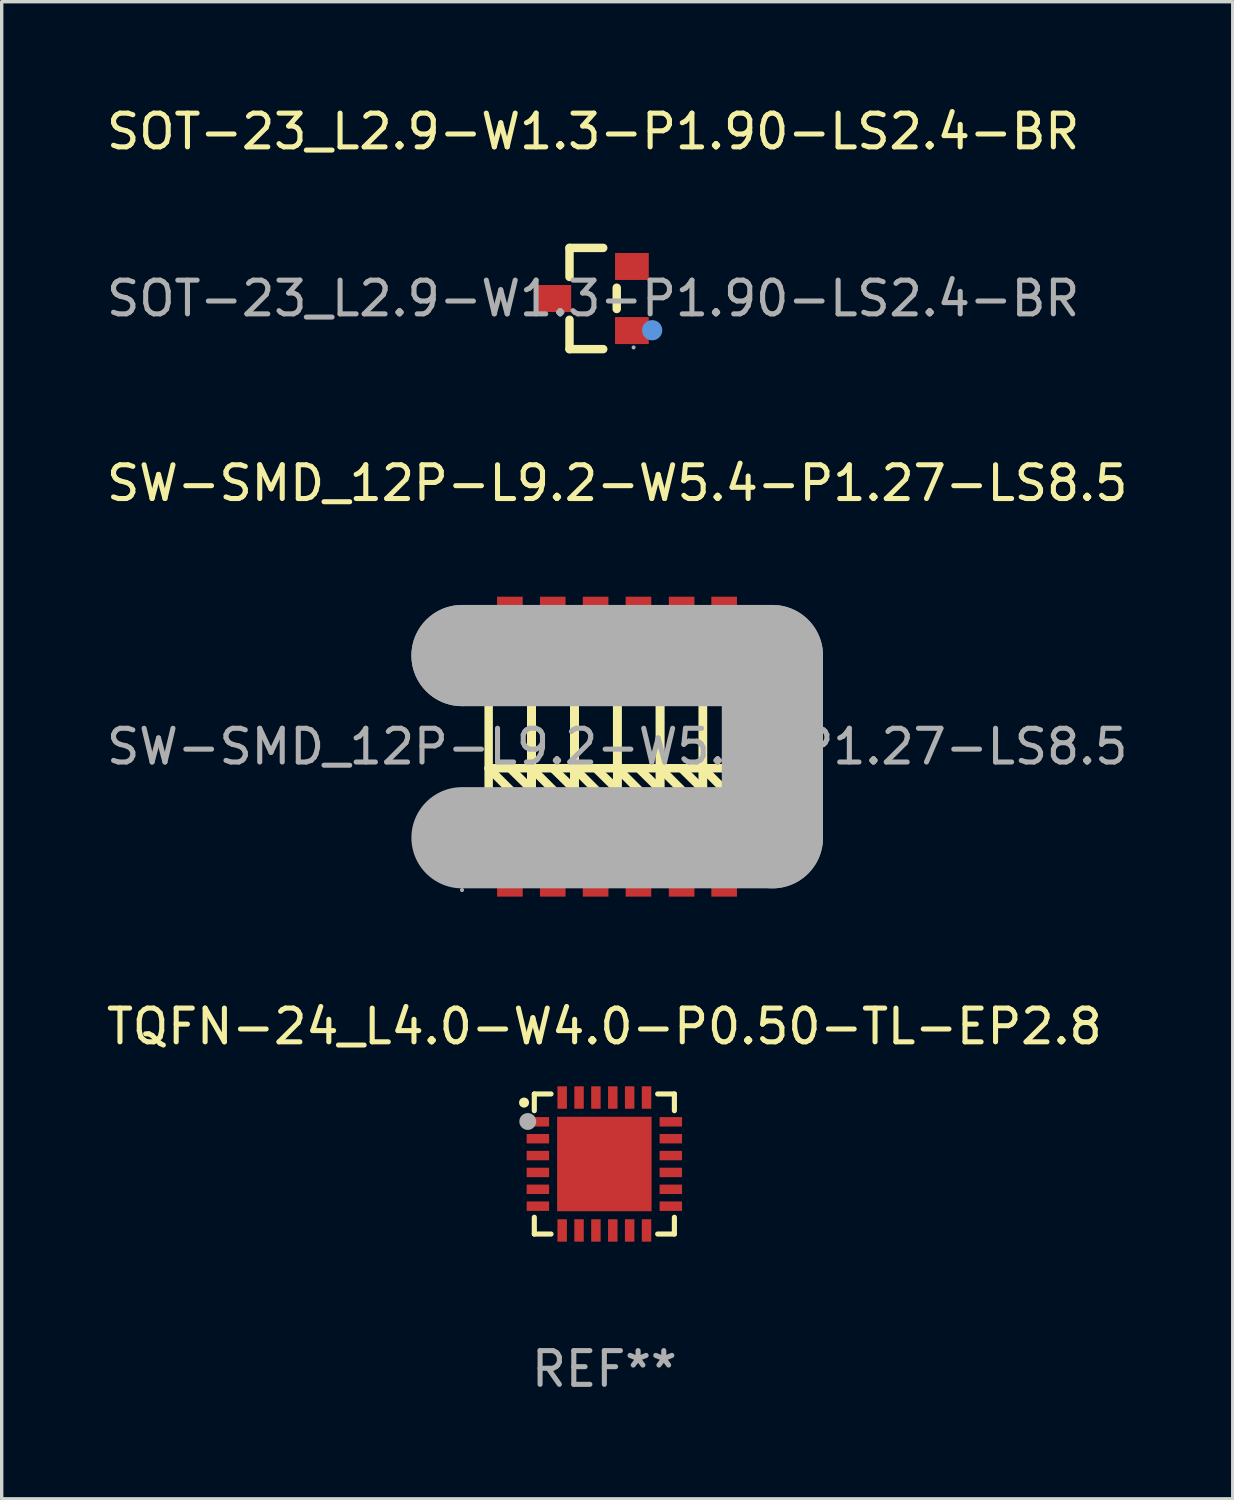
<source format=kicad_pcb>
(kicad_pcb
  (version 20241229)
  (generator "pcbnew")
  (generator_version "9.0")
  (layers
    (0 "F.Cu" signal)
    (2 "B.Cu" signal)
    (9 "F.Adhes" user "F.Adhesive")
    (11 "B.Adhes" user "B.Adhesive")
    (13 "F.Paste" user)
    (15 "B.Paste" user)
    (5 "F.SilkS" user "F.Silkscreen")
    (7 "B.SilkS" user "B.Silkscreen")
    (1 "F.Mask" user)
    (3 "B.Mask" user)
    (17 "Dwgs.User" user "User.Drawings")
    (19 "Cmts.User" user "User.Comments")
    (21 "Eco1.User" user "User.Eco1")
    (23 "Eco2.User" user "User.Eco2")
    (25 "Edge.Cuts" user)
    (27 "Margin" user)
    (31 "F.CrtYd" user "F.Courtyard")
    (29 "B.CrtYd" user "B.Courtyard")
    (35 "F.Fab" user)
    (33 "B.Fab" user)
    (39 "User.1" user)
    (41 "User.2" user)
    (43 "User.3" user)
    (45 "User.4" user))
  (footprint "SW-SMD_12P-L9.2-W5.4-P1.27-LS8.5"
    (layer "F.Cu")
    (at 15.244 19.081)
    (property "Reference" "SW-SMD_12P-L9.2-W5.4-P1.27-LS8.5" (at 0 -7.81 0) (layer "F.SilkS") (effects (font (size 1 1) (thickness 0.15))))
    (attr smd)
    (fp_line (start -3.81 -2.54) (end -3.81 2.54) (stroke (width 0.25) (type solid)) (layer "F.SilkS"))
    (fp_line (start -3.81 0.64) (end -2.54 1.91) (stroke (width 0.25) (type solid)) (layer "F.SilkS"))
    (fp_line (start -3.81 1.27) (end -3.18 1.91) (stroke (width 0.25) (type solid)) (layer "F.SilkS"))
    (fp_line (start -3.81 1.91) (end -2.54 1.91) (stroke (width 0.25) (type solid)) (layer "F.SilkS"))
    (fp_line (start -3.81 2.54) (end -2.54 2.54) (stroke (width 0.25) (type solid)) (layer "F.SilkS"))
    (fp_line (start -3.18 0.64) (end -2.54 1.27) (stroke (width 0.25) (type solid)) (layer "F.SilkS"))
    (fp_line (start -2.54 -2.54) (end -3.81 -2.54) (stroke (width 0.25) (type solid)) (layer "F.SilkS"))
    (fp_line (start -2.54 -2.54) (end -2.54 2.54) (stroke (width 0.25) (type solid)) (layer "F.SilkS"))
    (fp_line (start -2.54 -2.54) (end -2.54 2.54) (stroke (width 0.25) (type solid)) (layer "F.SilkS"))
    (fp_line (start -2.54 -2.54) (end -1.27 -2.54) (stroke (width 0.25) (type solid)) (layer "F.SilkS"))
    (fp_line (start -2.54 0.64) (end -3.81 0.64) (stroke (width 0.25) (type solid)) (layer "F.SilkS"))
    (fp_line (start -2.54 0.64) (end -1.27 1.91) (stroke (width 0.25) (type solid)) (layer "F.SilkS"))
    (fp_line (start -2.54 1.27) (end -1.91 1.91) (stroke (width 0.25) (type solid)) (layer "F.SilkS"))
    (fp_line (start -2.54 1.91) (end -1.27 1.91) (stroke (width 0.25) (type solid)) (layer "F.SilkS"))
    (fp_line (start -2.54 2.54) (end -2.54 -2.54) (stroke (width 0.25) (type solid)) (layer "F.SilkS"))
    (fp_line (start -2.54 2.54) (end -2.54 -2.54) (stroke (width 0.25) (type solid)) (layer "F.SilkS"))
    (fp_line (start -2.54 2.54) (end -2.54 -2.54) (stroke (width 0.25) (type solid)) (layer "F.SilkS"))
    (fp_line (start -2.54 2.54) (end -2.54 -2.54) (stroke (width 0.25) (type solid)) (layer "F.SilkS"))
    (fp_line (start -1.91 0.64) (end -1.27 1.27) (stroke (width 0.25) (type solid)) (layer "F.SilkS"))
    (fp_line (start -1.27 -2.54) (end -1.27 2.54) (stroke (width 0.25) (type solid)) (layer "F.SilkS"))
    (fp_line (start -1.27 -2.54) (end -1.27 2.54) (stroke (width 0.25) (type solid)) (layer "F.SilkS"))
    (fp_line (start -1.27 -2.54) (end -1.27 2.54) (stroke (width 0.25) (type solid)) (layer "F.SilkS"))
    (fp_line (start -1.27 0.64) (end -2.54 0.64) (stroke (width 0.25) (type solid)) (layer "F.SilkS"))
    (fp_line (start -1.27 0.64) (end 0 1.91) (stroke (width 0.25) (type solid)) (layer "F.SilkS"))
    (fp_line (start -1.27 1.27) (end -0.64 1.91) (stroke (width 0.25) (type solid)) (layer "F.SilkS"))
    (fp_line (start -1.27 1.91) (end 0 1.91) (stroke (width 0.25) (type solid)) (layer "F.SilkS"))
    (fp_line (start -1.27 2.54) (end -2.54 2.54) (stroke (width 0.25) (type solid)) (layer "F.SilkS"))
    (fp_line (start -1.27 2.54) (end -1.27 -2.54) (stroke (width 0.25) (type solid)) (layer "F.SilkS"))
    (fp_line (start -1.27 2.54) (end -1.27 -2.54) (stroke (width 0.25) (type solid)) (layer "F.SilkS"))
    (fp_line (start -1.27 2.54) (end 0 2.54) (stroke (width 0.25) (type solid)) (layer "F.SilkS"))
    (fp_line (start -0.64 0.64) (end 0 1.27) (stroke (width 0.25) (type solid)) (layer "F.SilkS"))
    (fp_line (start 0 -2.54) (end -1.27 -2.54) (stroke (width 0.25) (type solid)) (layer "F.SilkS"))
    (fp_line (start 0 -2.54) (end 0 2.54) (stroke (width 0.25) (type solid)) (layer "F.SilkS"))
    (fp_line (start 0 -2.54) (end 0 2.54) (stroke (width 0.25) (type solid)) (layer "F.SilkS"))
    (fp_line (start 0 0.64) (end -1.27 0.64) (stroke (width 0.25) (type solid)) (layer "F.SilkS"))
    (fp_line (start 0 0.64) (end 1.27 0.64) (stroke (width 0.25) (type solid)) (layer "F.SilkS"))
    (fp_line (start 0 1.27) (end 0.63 1.91) (stroke (width 0.25) (type solid)) (layer "F.SilkS"))
    (fp_line (start 0 1.91) (end 1.27 1.91) (stroke (width 0.25) (type solid)) (layer "F.SilkS"))
    (fp_line (start 0 2.54) (end 0 -2.54) (stroke (width 0.25) (type solid)) (layer "F.SilkS"))
    (fp_line (start 0 2.54) (end 0 -2.54) (stroke (width 0.25) (type solid)) (layer "F.SilkS"))
    (fp_line (start 0 2.54) (end 1.27 2.54) (stroke (width 0.25) (type solid)) (layer "F.SilkS"))
    (fp_line (start 0.63 0.64) (end 1.27 1.27) (stroke (width 0.25) (type solid)) (layer "F.SilkS"))
    (fp_line (start 1.27 -2.54) (end 0 -2.54) (stroke (width 0.25) (type solid)) (layer "F.SilkS"))
    (fp_line (start 1.27 -2.54) (end 1.27 2.54) (stroke (width 0.25) (type solid)) (layer "F.SilkS"))
    (fp_line (start 1.27 -2.54) (end 2.54 -2.54) (stroke (width 0.25) (type solid)) (layer "F.SilkS"))
    (fp_line (start 1.27 0.64) (end 2.54 0.64) (stroke (width 0.25) (type solid)) (layer "F.SilkS"))
    (fp_line (start 1.27 0.64) (end 2.54 1.91) (stroke (width 0.25) (type solid)) (layer "F.SilkS"))
    (fp_line (start 1.27 1.27) (end 1.9 1.91) (stroke (width 0.25) (type solid)) (layer "F.SilkS"))
    (fp_line (start 1.27 1.91) (end 0 0.64) (stroke (width 0.25) (type solid)) (layer "F.SilkS"))
    (fp_line (start 1.27 2.54) (end 1.27 -2.54) (stroke (width 0.25) (type solid)) (layer "F.SilkS"))
    (fp_line (start 1.27 2.54) (end 1.27 -2.54) (stroke (width 0.25) (type solid)) (layer "F.SilkS"))
    (fp_line (start 1.9 0.64) (end 2.54 1.27) (stroke (width 0.25) (type solid)) (layer "F.SilkS"))
    (fp_line (start 2.54 -2.54) (end 2.54 2.54) (stroke (width 0.25) (type solid)) (layer "F.SilkS"))
    (fp_line (start 2.54 -2.54) (end 3.81 -2.54) (stroke (width 0.25) (type solid)) (layer "F.SilkS"))
    (fp_line (start 2.54 0.64) (end 3.81 0.64) (stroke (width 0.25) (type solid)) (layer "F.SilkS"))
    (fp_line (start 2.54 0.64) (end 3.81 1.91) (stroke (width 0.25) (type solid)) (layer "F.SilkS"))
    (fp_line (start 2.54 1.27) (end 3.17 1.91) (stroke (width 0.25) (type solid)) (layer "F.SilkS"))
    (fp_line (start 2.54 1.91) (end 1.27 1.91) (stroke (width 0.25) (type solid)) (layer "F.SilkS"))
    (fp_line (start 2.54 2.54) (end 1.27 2.54) (stroke (width 0.25) (type solid)) (layer "F.SilkS"))
    (fp_line (start 2.54 2.54) (end 2.54 -2.54) (stroke (width 0.25) (type solid)) (layer "F.SilkS"))
    (fp_line (start 3.17 0.64) (end 3.81 1.27) (stroke (width 0.25) (type solid)) (layer "F.SilkS"))
    (fp_line (start 3.81 -2.54) (end 3.81 2.54) (stroke (width 0.25) (type solid)) (layer "F.SilkS"))
    (fp_line (start 3.81 1.91) (end 2.54 1.91) (stroke (width 0.25) (type solid)) (layer "F.SilkS"))
    (fp_line (start 3.81 2.54) (end 2.54 2.54) (stroke (width 0.25) (type solid)) (layer "F.SilkS"))
    (fp_line (start -4.6 -2.7) (end -4.6 -2.7) (stroke (width 3) (type solid)) (layer "F.Fab"))
    (fp_line (start -4.6 -2.7) (end 4.6 -2.7) (stroke (width 3) (type solid)) (layer "F.Fab"))
    (fp_line (start 4.6 -2.7) (end 4.6 2.7) (stroke (width 3) (type solid)) (layer "F.Fab"))
    (fp_line (start 4.6 2.7) (end -4.6 2.7) (stroke (width 3) (type solid)) (layer "F.Fab"))
    (fp_circle (center -4.6 4.25) (end -4.57 4.25) (stroke (width 0.06) (type solid)) (fill no) (layer "F.Fab"))
    (fp_text user "${REFERENCE}" (at 0 0 0) (layer "F.Fab") (effects (font (size 1 1) (thickness 0.15))))
    (pad "1" smd rect (at -3.18 3.81 270) (size 1.27 0.76) (layers "F.Cu" "F.Mask" "F.Paste"))
    (pad "2" smd rect (at -1.91 3.81 270) (size 1.27 0.76) (layers "F.Cu" "F.Mask" "F.Paste"))
    (pad "3" smd rect (at -0.64 3.81 270) (size 1.27 0.76) (layers "F.Cu" "F.Mask" "F.Paste"))
    (pad "4" smd rect (at 0.63 3.81 270) (size 1.27 0.76) (layers "F.Cu" "F.Mask" "F.Paste"))
    (pad "5" smd rect (at 1.91 3.81 270) (size 1.27 0.76) (layers "F.Cu" "F.Mask" "F.Paste"))
    (pad "6" smd rect (at 3.17 3.81 270) (size 1.27 0.76) (layers "F.Cu" "F.Mask" "F.Paste"))
    (pad "7" smd rect (at 3.17 -3.81 270) (size 1.27 0.76) (layers "F.Cu" "F.Mask" "F.Paste"))
    (pad "8" smd rect (at 1.91 -3.81 270) (size 1.27 0.76) (layers "F.Cu" "F.Mask" "F.Paste"))
    (pad "9" smd rect (at 0.63 -3.81 270) (size 1.27 0.76) (layers "F.Cu" "F.Mask" "F.Paste"))
    (pad "10" smd rect (at -0.64 -3.81 270) (size 1.27 0.76) (layers "F.Cu" "F.Mask" "F.Paste"))
    (pad "11" smd rect (at -1.91 -3.81 270) (size 1.27 0.76) (layers "F.Cu" "F.Mask" "F.Paste"))
    (pad "12" smd rect (at -3.18 -3.81 270) (size 1.27 0.76) (layers "F.Cu" "F.Mask" "F.Paste")))
  (footprint "SOT-23_L2.9-W1.3-P1.90-LS2.4-BR"
    (layer "F.Cu")
    (at 14.53 5.798)
    (property "Reference" "SOT-23_L2.9-W1.3-P1.90-LS2.4-BR" (at 0 -4.95 0) (layer "F.SilkS") (effects (font (size 1 1) (thickness 0.15))))
    (attr smd)
    (fp_line (start -0.7 -1.5) (end 0.3 -1.5) (stroke (width 0.25) (type solid)) (layer "F.SilkS"))
    (fp_line (start -0.7 -0.64) (end -0.7 -1.5) (stroke (width 0.25) (type solid)) (layer "F.SilkS"))
    (fp_line (start -0.7 1.5) (end -0.7 0.63) (stroke (width 0.25) (type solid)) (layer "F.SilkS"))
    (fp_line (start -0.7 1.5) (end 0.3 1.5) (stroke (width 0.25) (type solid)) (layer "F.SilkS"))
    (fp_line (start 0.7 0.31) (end 0.7 -0.32) (stroke (width 0.25) (type solid)) (layer "F.SilkS"))
    (fp_circle (center 1.75 0.94) (end 1.9 0.94) (stroke (width 0.3) (type solid)) (fill no) (layer "Cmts.User"))
    (fp_circle (center 1.2 1.45) (end 1.23 1.45) (stroke (width 0.06) (type solid)) (fill no) (layer "F.Fab"))
    (fp_text user "${REFERENCE}" (at 0 0 0) (layer "F.Fab") (effects (font (size 1 1) (thickness 0.15))))
    (pad "1" smd rect (at 1.15 0.95 180) (size 1 0.8) (layers "F.Cu" "F.Mask" "F.Paste"))
    (pad "2" smd rect (at 1.15 -0.95 180) (size 1 0.8) (layers "F.Cu" "F.Mask" "F.Paste"))
    (pad "3" smd rect (at -1.15 0 180) (size 1 0.8) (layers "F.Cu" "F.Mask" "F.Paste")))
  (footprint "TQFN-24_L4.0-W4.0-P0.50-TL-EP2.8"
    (layer "F.Cu")
    (at 14.863 31.451)
    (property "Reference" "TQFN-24_L4.0-W4.0-P0.50-TL-EP2.8" (at 0 -4.076 0) (layer "F.SilkS") (effects (font (size 1 1) (thickness 0.15))))
    (attr smd)
    (fp_line (start -2.076 -2.076) (end -2.076 -1.58) (stroke (width 0.152) (type solid)) (layer "F.SilkS"))
    (fp_line (start -2.076 2.076) (end -2.076 1.58) (stroke (width 0.152) (type solid)) (layer "F.SilkS"))
    (fp_line (start -1.58 -2.076) (end -2.076 -2.076) (stroke (width 0.152) (type solid)) (layer "F.SilkS"))
    (fp_line (start -1.58 2.076) (end -2.076 2.076) (stroke (width 0.152) (type solid)) (layer "F.SilkS"))
    (fp_line (start 1.58 -2.076) (end 2.076 -2.076) (stroke (width 0.152) (type solid)) (layer "F.SilkS"))
    (fp_line (start 1.58 2.076) (end 2.076 2.076) (stroke (width 0.152) (type solid)) (layer "F.SilkS"))
    (fp_line (start 2.076 -2.076) (end 2.076 -1.58) (stroke (width 0.152) (type solid)) (layer "F.SilkS"))
    (fp_line (start 2.076 2.076) (end 2.076 1.58) (stroke (width 0.152) (type solid)) (layer "F.SilkS"))
    (fp_circle (center -2.38 -1.82) (end -2.305 -1.82) (stroke (width 0.15) (type solid)) (fill no) (layer "F.SilkS"))
    (fp_circle (center -2.27 -1.26) (end -2.145 -1.26) (stroke (width 0.25) (type solid)) (fill no) (layer "F.Fab"))
    (fp_text user "REF**" (at 0 6.076 0) (layer "F.Fab") (effects (font (size 1 1) (thickness 0.15))))
    (pad "1" smd rect (at -1.97 -1.25) (size 0.665 0.28) (layers "F.Cu" "F.Mask" "F.Paste"))
    (pad "2" smd rect (at -1.97 -0.75) (size 0.665 0.28) (layers "F.Cu" "F.Mask" "F.Paste"))
    (pad "3" smd rect (at -1.97 -0.25) (size 0.665 0.28) (layers "F.Cu" "F.Mask" "F.Paste"))
    (pad "4" smd rect (at -1.97 0.25) (size 0.665 0.28) (layers "F.Cu" "F.Mask" "F.Paste"))
    (pad "5" smd rect (at -1.97 0.75) (size 0.665 0.28) (layers "F.Cu" "F.Mask" "F.Paste"))
    (pad "6" smd rect (at -1.97 1.25) (size 0.665 0.28) (layers "F.Cu" "F.Mask" "F.Paste"))
    (pad "7" smd rect (at -1.25 1.97) (size 0.28 0.665) (layers "F.Cu" "F.Mask" "F.Paste"))
    (pad "8" smd rect (at -0.75 1.97) (size 0.28 0.665) (layers "F.Cu" "F.Mask" "F.Paste"))
    (pad "9" smd rect (at -0.25 1.97) (size 0.28 0.665) (layers "F.Cu" "F.Mask" "F.Paste"))
    (pad "10" smd rect (at 0.25 1.97) (size 0.28 0.665) (layers "F.Cu" "F.Mask" "F.Paste"))
    (pad "11" smd rect (at 0.75 1.97) (size 0.28 0.665) (layers "F.Cu" "F.Mask" "F.Paste"))
    (pad "12" smd rect (at 1.25 1.97) (size 0.28 0.665) (layers "F.Cu" "F.Mask" "F.Paste"))
    (pad "13" smd rect (at 1.97 1.25) (size 0.665 0.28) (layers "F.Cu" "F.Mask" "F.Paste"))
    (pad "14" smd rect (at 1.97 0.75) (size 0.665 0.28) (layers "F.Cu" "F.Mask" "F.Paste"))
    (pad "15" smd rect (at 1.97 0.25) (size 0.665 0.28) (layers "F.Cu" "F.Mask" "F.Paste"))
    (pad "16" smd rect (at 1.97 -0.25) (size 0.665 0.28) (layers "F.Cu" "F.Mask" "F.Paste"))
    (pad "17" smd rect (at 1.97 -0.75) (size 0.665 0.28) (layers "F.Cu" "F.Mask" "F.Paste"))
    (pad "18" smd rect (at 1.97 -1.25) (size 0.665 0.28) (layers "F.Cu" "F.Mask" "F.Paste"))
    (pad "19" smd rect (at 1.25 -1.97) (size 0.28 0.665) (layers "F.Cu" "F.Mask" "F.Paste"))
    (pad "20" smd rect (at 0.75 -1.97) (size 0.28 0.665) (layers "F.Cu" "F.Mask" "F.Paste"))
    (pad "21" smd rect (at 0.25 -1.97) (size 0.28 0.665) (layers "F.Cu" "F.Mask" "F.Paste"))
    (pad "22" smd rect (at -0.25 -1.97) (size 0.28 0.665) (layers "F.Cu" "F.Mask" "F.Paste"))
    (pad "23" smd rect (at -0.75 -1.97) (size 0.28 0.665) (layers "F.Cu" "F.Mask" "F.Paste"))
    (pad "24" smd rect (at -1.25 -1.97) (size 0.28 0.665) (layers "F.Cu" "F.Mask" "F.Paste"))
    (pad "25" smd rect (at 0 0) (size 2.8 2.8) (layers "F.Cu" "F.Mask" "F.Paste")))
  (gr_rect
    (start -3 -3)
    (end 33.488 41.375)
    (stroke (width 0.1) (type default))
    (fill no)
    (layer "Edge.Cuts")))
</source>
